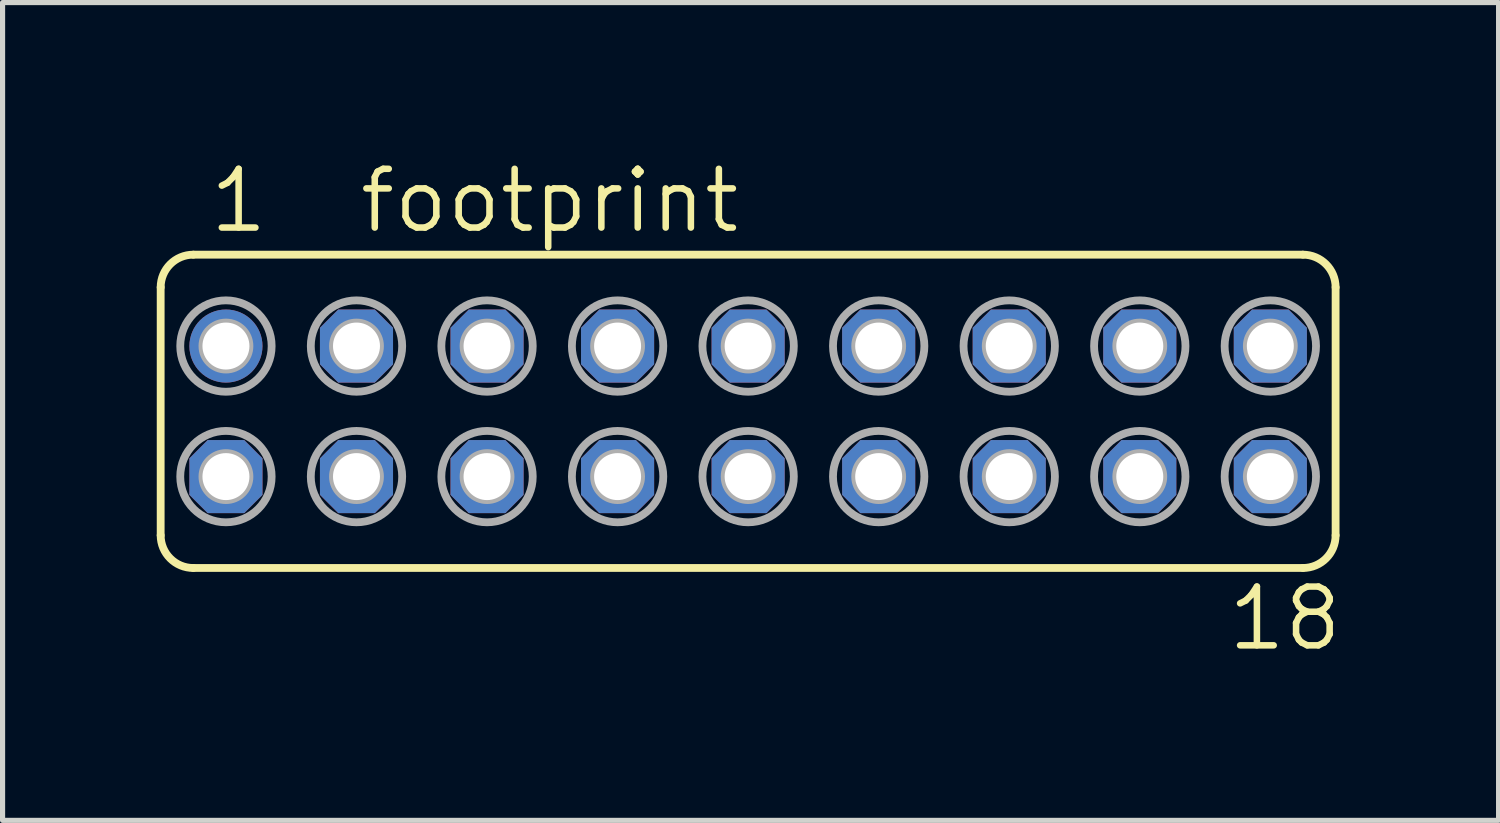
<source format=kicad_pcb>
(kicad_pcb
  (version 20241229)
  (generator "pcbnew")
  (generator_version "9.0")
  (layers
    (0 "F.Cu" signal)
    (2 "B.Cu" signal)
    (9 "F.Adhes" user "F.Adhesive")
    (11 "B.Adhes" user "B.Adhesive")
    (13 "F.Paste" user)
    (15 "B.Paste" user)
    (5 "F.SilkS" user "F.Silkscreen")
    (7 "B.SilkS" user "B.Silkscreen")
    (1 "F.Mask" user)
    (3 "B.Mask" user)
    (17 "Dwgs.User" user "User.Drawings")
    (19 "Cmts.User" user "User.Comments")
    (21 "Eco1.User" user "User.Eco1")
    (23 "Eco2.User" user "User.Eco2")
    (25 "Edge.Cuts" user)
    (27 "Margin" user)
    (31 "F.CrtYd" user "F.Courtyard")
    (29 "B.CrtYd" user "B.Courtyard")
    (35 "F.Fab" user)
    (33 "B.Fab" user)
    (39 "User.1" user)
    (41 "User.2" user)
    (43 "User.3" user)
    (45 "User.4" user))
  (footprint "footprint"
    (layer "F.Cu")
    (at 11.506 4.953)
    (property "Reference" "footprint" (at -7.62 -3.429 0) (layer "F.SilkS") (effects (font (size 1.143 1.143) (thickness 0.127)) (justify left bottom)))
    (fp_line (start -11.43 2.413) (end -11.43 -2.413) (stroke (width 0.152) (type solid)) (layer "F.SilkS"))
    (fp_line (start -10.795 -3.048) (end 10.795 -3.048) (stroke (width 0.152) (type solid)) (layer "F.SilkS"))
    (fp_line (start -10.795 3.048) (end 10.795 3.048) (stroke (width 0.152) (type solid)) (layer "F.SilkS"))
    (fp_line (start 11.43 2.413) (end 11.43 -2.413) (stroke (width 0.152) (type solid)) (layer "F.SilkS"))
    (fp_arc (start -11.43 -2.413) (mid -11.244013 -2.862013) (end -10.795 -3.048) (stroke (width 0.1524) (type solid)) (layer "F.SilkS"))
    (fp_arc (start -10.795 3.048) (mid -11.244013 2.862013) (end -11.43 2.413) (stroke (width 0.1524) (type solid)) (layer "F.SilkS"))
    (fp_arc (start 10.795 -3.048) (mid 11.244013 -2.862013) (end 11.43 -2.413) (stroke (width 0.1524) (type solid)) (layer "F.SilkS"))
    (fp_arc (start 11.43 2.413) (mid 11.244013 2.862013) (end 10.795 3.048) (stroke (width 0.1524) (type solid)) (layer "F.SilkS"))
    (fp_circle (center -10.16 -1.27) (end -10.033 -1.27) (stroke (width 0.406) (type solid)) (fill no) (layer "F.Fab"))
    (fp_circle (center -10.16 -1.27) (end -9.271 -1.27) (stroke (width 0.152) (type solid)) (fill no) (layer "F.Fab"))
    (fp_circle (center -10.16 1.27) (end -10.033 1.27) (stroke (width 0.406) (type solid)) (fill no) (layer "F.Fab"))
    (fp_circle (center -10.16 1.27) (end -9.271 1.27) (stroke (width 0.152) (type solid)) (fill no) (layer "F.Fab"))
    (fp_circle (center -7.62 -1.27) (end -7.493 -1.27) (stroke (width 0.406) (type solid)) (fill no) (layer "F.Fab"))
    (fp_circle (center -7.62 -1.27) (end -6.731 -1.27) (stroke (width 0.152) (type solid)) (fill no) (layer "F.Fab"))
    (fp_circle (center -7.62 1.27) (end -7.493 1.27) (stroke (width 0.406) (type solid)) (fill no) (layer "F.Fab"))
    (fp_circle (center -7.62 1.27) (end -6.731 1.27) (stroke (width 0.152) (type solid)) (fill no) (layer "F.Fab"))
    (fp_circle (center -5.08 -1.27) (end -4.953 -1.27) (stroke (width 0.406) (type solid)) (fill no) (layer "F.Fab"))
    (fp_circle (center -5.08 -1.27) (end -4.191 -1.27) (stroke (width 0.152) (type solid)) (fill no) (layer "F.Fab"))
    (fp_circle (center -5.08 1.27) (end -4.953 1.27) (stroke (width 0.406) (type solid)) (fill no) (layer "F.Fab"))
    (fp_circle (center -5.08 1.27) (end -4.191 1.27) (stroke (width 0.152) (type solid)) (fill no) (layer "F.Fab"))
    (fp_circle (center -2.54 -1.27) (end -2.413 -1.27) (stroke (width 0.406) (type solid)) (fill no) (layer "F.Fab"))
    (fp_circle (center -2.54 -1.27) (end -1.651 -1.27) (stroke (width 0.152) (type solid)) (fill no) (layer "F.Fab"))
    (fp_circle (center -2.54 1.27) (end -2.413 1.27) (stroke (width 0.406) (type solid)) (fill no) (layer "F.Fab"))
    (fp_circle (center -2.54 1.27) (end -1.651 1.27) (stroke (width 0.152) (type solid)) (fill no) (layer "F.Fab"))
    (fp_circle (center 0 -1.27) (end 0.127 -1.27) (stroke (width 0.406) (type solid)) (fill no) (layer "F.Fab"))
    (fp_circle (center 0 -1.27) (end 0.889 -1.27) (stroke (width 0.152) (type solid)) (fill no) (layer "F.Fab"))
    (fp_circle (center 0 1.27) (end 0.127 1.27) (stroke (width 0.406) (type solid)) (fill no) (layer "F.Fab"))
    (fp_circle (center 0 1.27) (end 0.889 1.27) (stroke (width 0.152) (type solid)) (fill no) (layer "F.Fab"))
    (fp_circle (center 2.54 -1.27) (end 2.667 -1.27) (stroke (width 0.406) (type solid)) (fill no) (layer "F.Fab"))
    (fp_circle (center 2.54 -1.27) (end 3.429 -1.27) (stroke (width 0.152) (type solid)) (fill no) (layer "F.Fab"))
    (fp_circle (center 2.54 1.27) (end 2.667 1.27) (stroke (width 0.406) (type solid)) (fill no) (layer "F.Fab"))
    (fp_circle (center 2.54 1.27) (end 3.429 1.27) (stroke (width 0.152) (type solid)) (fill no) (layer "F.Fab"))
    (fp_circle (center 5.08 -1.27) (end 5.207 -1.27) (stroke (width 0.406) (type solid)) (fill no) (layer "F.Fab"))
    (fp_circle (center 5.08 -1.27) (end 5.969 -1.27) (stroke (width 0.152) (type solid)) (fill no) (layer "F.Fab"))
    (fp_circle (center 5.08 1.27) (end 5.207 1.27) (stroke (width 0.406) (type solid)) (fill no) (layer "F.Fab"))
    (fp_circle (center 5.08 1.27) (end 5.969 1.27) (stroke (width 0.152) (type solid)) (fill no) (layer "F.Fab"))
    (fp_circle (center 7.62 -1.27) (end 7.747 -1.27) (stroke (width 0.406) (type solid)) (fill no) (layer "F.Fab"))
    (fp_circle (center 7.62 -1.27) (end 8.509 -1.27) (stroke (width 0.152) (type solid)) (fill no) (layer "F.Fab"))
    (fp_circle (center 7.62 1.27) (end 7.747 1.27) (stroke (width 0.406) (type solid)) (fill no) (layer "F.Fab"))
    (fp_circle (center 7.62 1.27) (end 8.509 1.27) (stroke (width 0.152) (type solid)) (fill no) (layer "F.Fab"))
    (fp_circle (center 10.16 -1.27) (end 10.287 -1.27) (stroke (width 0.406) (type solid)) (fill no) (layer "F.Fab"))
    (fp_circle (center 10.16 -1.27) (end 11.049 -1.27) (stroke (width 0.152) (type solid)) (fill no) (layer "F.Fab"))
    (fp_circle (center 10.16 1.27) (end 10.287 1.27) (stroke (width 0.406) (type solid)) (fill no) (layer "F.Fab"))
    (fp_circle (center 10.16 1.27) (end 11.049 1.27) (stroke (width 0.152) (type solid)) (fill no) (layer "F.Fab"))
    (fp_text user "1" (at -10.541 -3.429 0) (layer "F.SilkS") (effects (font (size 1.143 1.143) (thickness 0.127)) (justify left bottom)))
    (fp_text user "18" (at 9.271 4.699 0) (layer "F.SilkS") (effects (font (size 1.143 1.143) (thickness 0.127)) (justify left bottom)))
    (pad "1" thru_hole circle (at -10.16 -1.27) (size 1.422 1.422) (drill 0.914) (layers "*.Cu" "*.Mask"))
    (pad "2" thru_hole roundrect (at -10.16 1.27) (size 1.422 1.422) (drill 0.914) (layers "*.Cu" "*.Mask") (roundrect_rratio 0.25) (chamfer_ratio 0.25) (chamfer top_left top_right bottom_left bottom_right))
    (pad "3" thru_hole roundrect (at -7.62 -1.27) (size 1.422 1.422) (drill 0.914) (layers "*.Cu" "*.Mask") (roundrect_rratio 0.25) (chamfer_ratio 0.25) (chamfer top_left top_right bottom_left bottom_right))
    (pad "4" thru_hole roundrect (at -7.62 1.27) (size 1.422 1.422) (drill 0.914) (layers "*.Cu" "*.Mask") (roundrect_rratio 0.25) (chamfer_ratio 0.25) (chamfer top_left top_right bottom_left bottom_right))
    (pad "5" thru_hole roundrect (at -5.08 -1.27) (size 1.422 1.422) (drill 0.914) (layers "*.Cu" "*.Mask") (roundrect_rratio 0.25) (chamfer_ratio 0.25) (chamfer top_left top_right bottom_left bottom_right))
    (pad "6" thru_hole roundrect (at -5.08 1.27) (size 1.422 1.422) (drill 0.914) (layers "*.Cu" "*.Mask") (roundrect_rratio 0.25) (chamfer_ratio 0.25) (chamfer top_left top_right bottom_left bottom_right))
    (pad "7" thru_hole roundrect (at -2.54 -1.27) (size 1.422 1.422) (drill 0.914) (layers "*.Cu" "*.Mask") (roundrect_rratio 0.25) (chamfer_ratio 0.25) (chamfer top_left top_right bottom_left bottom_right))
    (pad "8" thru_hole roundrect (at -2.54 1.27) (size 1.422 1.422) (drill 0.914) (layers "*.Cu" "*.Mask") (roundrect_rratio 0.25) (chamfer_ratio 0.25) (chamfer top_left top_right bottom_left bottom_right))
    (pad "9" thru_hole roundrect (at 0 -1.27) (size 1.422 1.422) (drill 0.914) (layers "*.Cu" "*.Mask") (roundrect_rratio 0.25) (chamfer_ratio 0.25) (chamfer top_left top_right bottom_left bottom_right))
    (pad "10" thru_hole roundrect (at 0 1.27) (size 1.422 1.422) (drill 0.914) (layers "*.Cu" "*.Mask") (roundrect_rratio 0.25) (chamfer_ratio 0.25) (chamfer top_left top_right bottom_left bottom_right))
    (pad "11" thru_hole roundrect (at 2.54 -1.27) (size 1.422 1.422) (drill 0.914) (layers "*.Cu" "*.Mask") (roundrect_rratio 0.25) (chamfer_ratio 0.25) (chamfer top_left top_right bottom_left bottom_right))
    (pad "12" thru_hole roundrect (at 2.54 1.27) (size 1.422 1.422) (drill 0.914) (layers "*.Cu" "*.Mask") (roundrect_rratio 0.25) (chamfer_ratio 0.25) (chamfer top_left top_right bottom_left bottom_right))
    (pad "13" thru_hole roundrect (at 5.08 -1.27) (size 1.422 1.422) (drill 0.914) (layers "*.Cu" "*.Mask") (roundrect_rratio 0.25) (chamfer_ratio 0.25) (chamfer top_left top_right bottom_left bottom_right))
    (pad "14" thru_hole roundrect (at 5.08 1.27) (size 1.422 1.422) (drill 0.914) (layers "*.Cu" "*.Mask") (roundrect_rratio 0.25) (chamfer_ratio 0.25) (chamfer top_left top_right bottom_left bottom_right))
    (pad "15" thru_hole roundrect (at 7.62 -1.27) (size 1.422 1.422) (drill 0.914) (layers "*.Cu" "*.Mask") (roundrect_rratio 0.25) (chamfer_ratio 0.25) (chamfer top_left top_right bottom_left bottom_right))
    (pad "16" thru_hole roundrect (at 7.62 1.27) (size 1.422 1.422) (drill 0.914) (layers "*.Cu" "*.Mask") (roundrect_rratio 0.25) (chamfer_ratio 0.25) (chamfer top_left top_right bottom_left bottom_right))
    (pad "17" thru_hole roundrect (at 10.16 -1.27) (size 1.422 1.422) (drill 0.914) (layers "*.Cu" "*.Mask") (roundrect_rratio 0.25) (chamfer_ratio 0.25) (chamfer top_left top_right bottom_left bottom_right))
    (pad "18" thru_hole roundrect (at 10.16 1.27) (size 1.422 1.422) (drill 0.914) (layers "*.Cu" "*.Mask") (roundrect_rratio 0.25) (chamfer_ratio 0.25) (chamfer top_left top_right bottom_left bottom_right)))
  (gr_rect
    (start -3 -3)
    (end 26.107 12.911)
    (stroke (width 0.1) (type default))
    (fill no)
    (layer "Edge.Cuts")))
</source>
